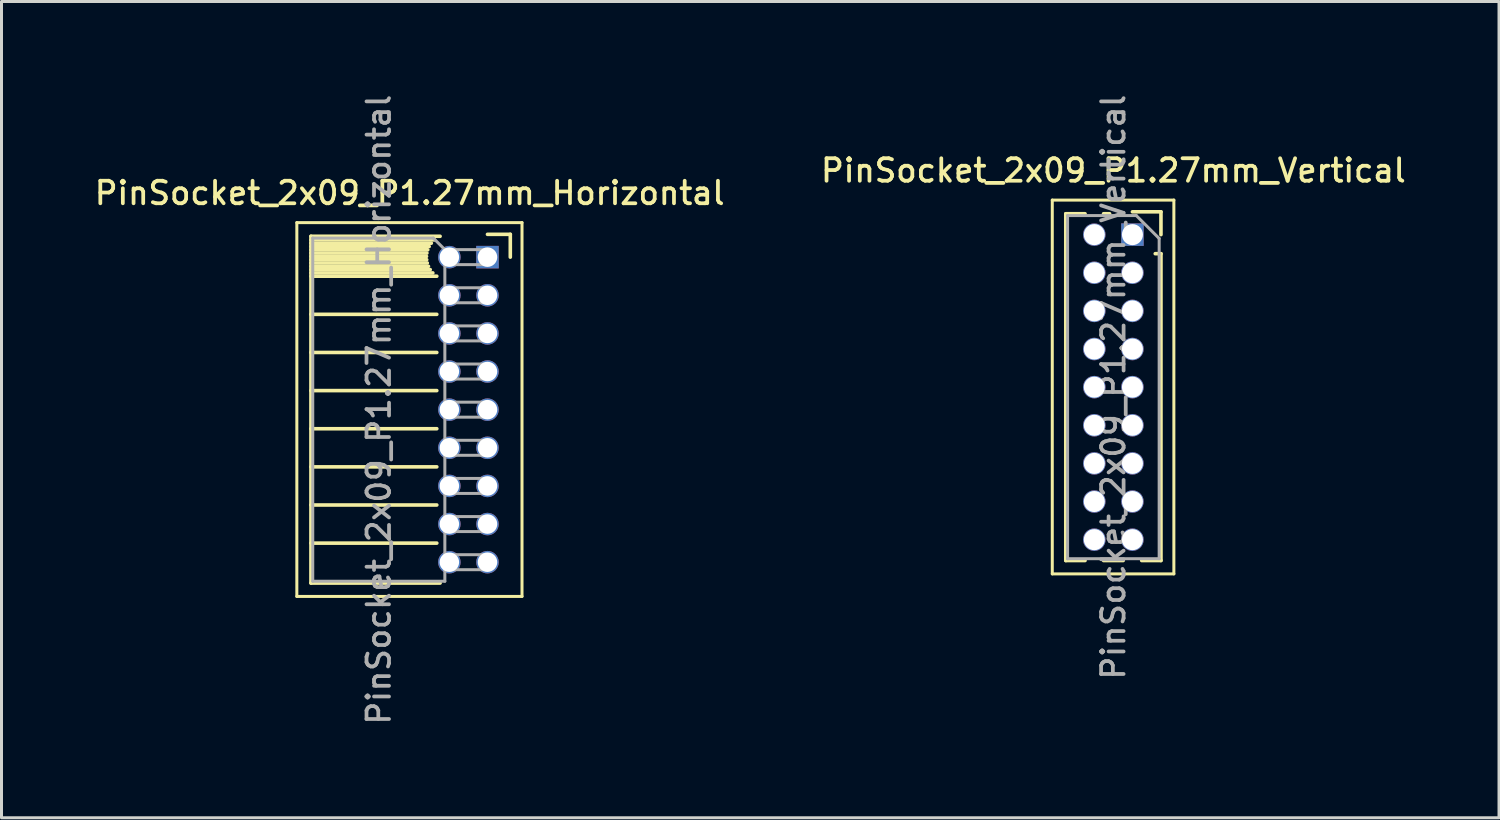
<source format=kicad_pcb>
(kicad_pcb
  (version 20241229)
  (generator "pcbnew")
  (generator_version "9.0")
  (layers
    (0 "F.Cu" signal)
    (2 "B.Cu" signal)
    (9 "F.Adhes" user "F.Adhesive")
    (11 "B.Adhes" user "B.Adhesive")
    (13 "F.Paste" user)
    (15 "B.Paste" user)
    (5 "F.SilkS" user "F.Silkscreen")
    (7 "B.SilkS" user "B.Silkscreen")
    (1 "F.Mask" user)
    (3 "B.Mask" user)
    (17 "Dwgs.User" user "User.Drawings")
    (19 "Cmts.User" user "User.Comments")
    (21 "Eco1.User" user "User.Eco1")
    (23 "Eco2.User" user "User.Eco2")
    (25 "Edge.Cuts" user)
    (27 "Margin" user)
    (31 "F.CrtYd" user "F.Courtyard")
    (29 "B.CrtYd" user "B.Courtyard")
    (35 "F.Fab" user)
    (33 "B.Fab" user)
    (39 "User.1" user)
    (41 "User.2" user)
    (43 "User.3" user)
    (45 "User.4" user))
  (footprint "PinSocket_2x09_P1.27mm_Horizontal"
    (layer "F.Cu")
    (at 13.187 5.515)
    (property "Reference" "PinSocket_2x09_P1.27mm_Horizontal" (at -2.592 -2.135 0) (layer "F.SilkS") (effects (font (size 0.75 0.75) (thickness 0.125))))
    (attr through_hole)
    (fp_line (start -6.35 -1.15) (end -6.35 11.3) (stroke (width 0.1) (type solid)) (layer "F.SilkS"))
    (fp_line (start -6.35 11.3) (end 1.15 11.3) (stroke (width 0.1) (type solid)) (layer "F.SilkS"))
    (fp_line (start -5.88 -0.695) (end -5.88 10.855) (stroke (width 0.12) (type solid)) (layer "F.SilkS"))
    (fp_line (start -5.88 -0.695) (end -1.578 -0.695) (stroke (width 0.12) (type solid)) (layer "F.SilkS"))
    (fp_line (start -5.88 -0.575) (end -1.767 -0.575) (stroke (width 0.12) (type solid)) (layer "F.SilkS"))
    (fp_line (start -5.88 -0.465) (end -1.871 -0.465) (stroke (width 0.12) (type solid)) (layer "F.SilkS"))
    (fp_line (start -5.88 -0.355) (end -1.942 -0.355) (stroke (width 0.12) (type solid)) (layer "F.SilkS"))
    (fp_line (start -5.88 -0.245) (end -1.989 -0.245) (stroke (width 0.12) (type solid)) (layer "F.SilkS"))
    (fp_line (start -5.88 -0.135) (end -2.018 -0.135) (stroke (width 0.12) (type solid)) (layer "F.SilkS"))
    (fp_line (start -5.88 -0.025) (end -2.03 -0.025) (stroke (width 0.12) (type solid)) (layer "F.SilkS"))
    (fp_line (start -5.88 0.085) (end -2.025 0.085) (stroke (width 0.12) (type solid)) (layer "F.SilkS"))
    (fp_line (start -5.88 0.195) (end -2.005 0.195) (stroke (width 0.12) (type solid)) (layer "F.SilkS"))
    (fp_line (start -5.88 0.305) (end -1.966 0.305) (stroke (width 0.12) (type solid)) (layer "F.SilkS"))
    (fp_line (start -5.88 0.415) (end -1.907 0.415) (stroke (width 0.12) (type solid)) (layer "F.SilkS"))
    (fp_line (start -5.88 0.525) (end -1.82 0.525) (stroke (width 0.12) (type solid)) (layer "F.SilkS"))
    (fp_line (start -5.88 0.635) (end -1.688 0.635) (stroke (width 0.12) (type solid)) (layer "F.SilkS"))
    (fp_line (start -5.88 1.905) (end -1.688 1.905) (stroke (width 0.12) (type solid)) (layer "F.SilkS"))
    (fp_line (start -5.88 3.175) (end -1.688 3.175) (stroke (width 0.12) (type solid)) (layer "F.SilkS"))
    (fp_line (start -5.88 4.445) (end -1.688 4.445) (stroke (width 0.12) (type solid)) (layer "F.SilkS"))
    (fp_line (start -5.88 5.715) (end -1.688 5.715) (stroke (width 0.12) (type solid)) (layer "F.SilkS"))
    (fp_line (start -5.88 6.985) (end -1.688 6.985) (stroke (width 0.12) (type solid)) (layer "F.SilkS"))
    (fp_line (start -5.88 8.255) (end -1.688 8.255) (stroke (width 0.12) (type solid)) (layer "F.SilkS"))
    (fp_line (start -5.88 9.525) (end -1.688 9.525) (stroke (width 0.12) (type solid)) (layer "F.SilkS"))
    (fp_line (start -5.88 10.855) (end -1.578 10.855) (stroke (width 0.12) (type solid)) (layer "F.SilkS"))
    (fp_line (start 0 -0.76) (end 0.76 -0.76) (stroke (width 0.12) (type solid)) (layer "F.SilkS"))
    (fp_line (start 0.76 -0.76) (end 0.76 0) (stroke (width 0.12) (type solid)) (layer "F.SilkS"))
    (fp_line (start 1.15 -1.15) (end -6.35 -1.15) (stroke (width 0.1) (type solid)) (layer "F.SilkS"))
    (fp_line (start 1.15 11.3) (end 1.15 -1.15) (stroke (width 0.1) (type solid)) (layer "F.SilkS"))
    (fp_line (start -5.82 -0.635) (end -1.805 -0.635) (stroke (width 0.1) (type solid)) (layer "F.Fab"))
    (fp_line (start -5.82 10.795) (end -5.82 -0.635) (stroke (width 0.1) (type solid)) (layer "F.Fab"))
    (fp_line (start -1.805 -0.635) (end -1.42 -0.25) (stroke (width 0.1) (type solid)) (layer "F.Fab"))
    (fp_line (start -1.42 -0.25) (end -1.42 10.795) (stroke (width 0.1) (type solid)) (layer "F.Fab"))
    (fp_line (start -1.42 0.25) (end 0 0.25) (stroke (width 0.1) (type solid)) (layer "F.Fab"))
    (fp_line (start -1.42 1.52) (end 0 1.52) (stroke (width 0.1) (type solid)) (layer "F.Fab"))
    (fp_line (start -1.42 2.79) (end 0 2.79) (stroke (width 0.1) (type solid)) (layer "F.Fab"))
    (fp_line (start -1.42 4.06) (end 0 4.06) (stroke (width 0.1) (type solid)) (layer "F.Fab"))
    (fp_line (start -1.42 5.33) (end 0 5.33) (stroke (width 0.1) (type solid)) (layer "F.Fab"))
    (fp_line (start -1.42 6.6) (end 0 6.6) (stroke (width 0.1) (type solid)) (layer "F.Fab"))
    (fp_line (start -1.42 7.87) (end 0 7.87) (stroke (width 0.1) (type solid)) (layer "F.Fab"))
    (fp_line (start -1.42 9.14) (end 0 9.14) (stroke (width 0.1) (type solid)) (layer "F.Fab"))
    (fp_line (start -1.42 10.41) (end 0 10.41) (stroke (width 0.1) (type solid)) (layer "F.Fab"))
    (fp_line (start -1.42 10.795) (end -5.82 10.795) (stroke (width 0.1) (type solid)) (layer "F.Fab"))
    (fp_line (start 0 -0.25) (end -1.42 -0.25) (stroke (width 0.1) (type solid)) (layer "F.Fab"))
    (fp_line (start 0 0.25) (end 0 -0.25) (stroke (width 0.1) (type solid)) (layer "F.Fab"))
    (fp_line (start 0 1.02) (end -1.42 1.02) (stroke (width 0.1) (type solid)) (layer "F.Fab"))
    (fp_line (start 0 1.52) (end 0 1.02) (stroke (width 0.1) (type solid)) (layer "F.Fab"))
    (fp_line (start 0 2.29) (end -1.42 2.29) (stroke (width 0.1) (type solid)) (layer "F.Fab"))
    (fp_line (start 0 2.79) (end 0 2.29) (stroke (width 0.1) (type solid)) (layer "F.Fab"))
    (fp_line (start 0 3.56) (end -1.42 3.56) (stroke (width 0.1) (type solid)) (layer "F.Fab"))
    (fp_line (start 0 4.06) (end 0 3.56) (stroke (width 0.1) (type solid)) (layer "F.Fab"))
    (fp_line (start 0 4.83) (end -1.42 4.83) (stroke (width 0.1) (type solid)) (layer "F.Fab"))
    (fp_line (start 0 5.33) (end 0 4.83) (stroke (width 0.1) (type solid)) (layer "F.Fab"))
    (fp_line (start 0 6.1) (end -1.42 6.1) (stroke (width 0.1) (type solid)) (layer "F.Fab"))
    (fp_line (start 0 6.6) (end 0 6.1) (stroke (width 0.1) (type solid)) (layer "F.Fab"))
    (fp_line (start 0 7.37) (end -1.42 7.37) (stroke (width 0.1) (type solid)) (layer "F.Fab"))
    (fp_line (start 0 7.87) (end 0 7.37) (stroke (width 0.1) (type solid)) (layer "F.Fab"))
    (fp_line (start 0 8.64) (end -1.42 8.64) (stroke (width 0.1) (type solid)) (layer "F.Fab"))
    (fp_line (start 0 9.14) (end 0 8.64) (stroke (width 0.1) (type solid)) (layer "F.Fab"))
    (fp_line (start 0 9.91) (end -1.42 9.91) (stroke (width 0.1) (type solid)) (layer "F.Fab"))
    (fp_line (start 0 10.41) (end 0 9.91) (stroke (width 0.1) (type solid)) (layer "F.Fab"))
    (fp_text user "${REFERENCE}" (at -3.62 5.08 90) (layer "F.Fab") (effects (font (size 0.75 0.75) (thickness 0.125))))
    (pad "1" thru_hole rect (at 0 0) (size 0.75 0.75) (drill 0.65) (layers "*.Cu" "*.Mask"))
    (pad "2" thru_hole oval (at -1.27 0) (size 0.75 0.75) (drill 0.65) (layers "*.Cu" "*.Mask"))
    (pad "3" thru_hole oval (at 0 1.27) (size 0.75 0.75) (drill 0.65) (layers "*.Cu" "*.Mask"))
    (pad "4" thru_hole oval (at -1.27 1.27) (size 0.75 0.75) (drill 0.65) (layers "*.Cu" "*.Mask"))
    (pad "5" thru_hole oval (at 0 2.54) (size 0.75 0.75) (drill 0.65) (layers "*.Cu" "*.Mask"))
    (pad "6" thru_hole oval (at -1.27 2.54) (size 0.75 0.75) (drill 0.65) (layers "*.Cu" "*.Mask"))
    (pad "7" thru_hole oval (at 0 3.81) (size 0.75 0.75) (drill 0.65) (layers "*.Cu" "*.Mask"))
    (pad "8" thru_hole oval (at -1.27 3.81) (size 0.75 0.75) (drill 0.65) (layers "*.Cu" "*.Mask"))
    (pad "9" thru_hole oval (at 0 5.08) (size 0.75 0.75) (drill 0.65) (layers "*.Cu" "*.Mask"))
    (pad "10" thru_hole oval (at -1.27 5.08) (size 0.75 0.75) (drill 0.65) (layers "*.Cu" "*.Mask"))
    (pad "11" thru_hole oval (at 0 6.35) (size 0.75 0.75) (drill 0.65) (layers "*.Cu" "*.Mask"))
    (pad "12" thru_hole oval (at -1.27 6.35) (size 0.75 0.75) (drill 0.65) (layers "*.Cu" "*.Mask"))
    (pad "13" thru_hole oval (at 0 7.62) (size 0.75 0.75) (drill 0.65) (layers "*.Cu" "*.Mask"))
    (pad "14" thru_hole oval (at -1.27 7.62) (size 0.75 0.75) (drill 0.65) (layers "*.Cu" "*.Mask"))
    (pad "15" thru_hole oval (at 0 8.89) (size 0.75 0.75) (drill 0.65) (layers "*.Cu" "*.Mask"))
    (pad "16" thru_hole oval (at -1.27 8.89) (size 0.75 0.75) (drill 0.65) (layers "*.Cu" "*.Mask"))
    (pad "17" thru_hole oval (at 0 10.16) (size 0.75 0.75) (drill 0.65) (layers "*.Cu" "*.Mask"))
    (pad "18" thru_hole oval (at -1.27 10.16) (size 0.75 0.75) (drill 0.65) (layers "*.Cu" "*.Mask")))
  (footprint "PinSocket_2x09_P1.27mm_Vertical"
    (layer "F.Cu")
    (at 34.669 4.765)
    (property "Reference" "PinSocket_2x09_P1.27mm_Vertical" (at -0.635 -2.135 0) (layer "F.SilkS") (effects (font (size 0.75 0.75) (thickness 0.125))))
    (attr through_hole)
    (fp_line (start -2.67 -1.15) (end 1.38 -1.15) (stroke (width 0.1) (type solid)) (layer "F.SilkS"))
    (fp_line (start -2.67 11.3) (end -2.67 -1.15) (stroke (width 0.1) (type solid)) (layer "F.SilkS"))
    (fp_line (start -2.22 -0.695) (end -2.22 10.855) (stroke (width 0.12) (type solid)) (layer "F.SilkS"))
    (fp_line (start -2.22 -0.695) (end -1.578 -0.695) (stroke (width 0.12) (type solid)) (layer "F.SilkS"))
    (fp_line (start -2.22 10.855) (end -1.578 10.855) (stroke (width 0.12) (type solid)) (layer "F.SilkS"))
    (fp_line (start -0.962 -0.695) (end -0.76 -0.695) (stroke (width 0.12) (type solid)) (layer "F.SilkS"))
    (fp_line (start -0.962 10.855) (end -0.308 10.855) (stroke (width 0.12) (type solid)) (layer "F.SilkS"))
    (fp_line (start 0 -0.76) (end 0.95 -0.76) (stroke (width 0.12) (type solid)) (layer "F.SilkS"))
    (fp_line (start 0.308 10.855) (end 0.95 10.855) (stroke (width 0.12) (type solid)) (layer "F.SilkS"))
    (fp_line (start 0.76 0.635) (end 0.95 0.635) (stroke (width 0.12) (type solid)) (layer "F.SilkS"))
    (fp_line (start 0.95 -0.76) (end 0.95 0) (stroke (width 0.12) (type solid)) (layer "F.SilkS"))
    (fp_line (start 0.95 0.635) (end 0.95 10.855) (stroke (width 0.12) (type solid)) (layer "F.SilkS"))
    (fp_line (start 1.38 -1.15) (end 1.38 11.3) (stroke (width 0.1) (type solid)) (layer "F.SilkS"))
    (fp_line (start 1.38 11.3) (end -2.67 11.3) (stroke (width 0.1) (type solid)) (layer "F.SilkS"))
    (fp_line (start -2.16 -0.635) (end 0.128 -0.635) (stroke (width 0.1) (type solid)) (layer "F.Fab"))
    (fp_line (start -2.16 10.795) (end -2.16 -0.635) (stroke (width 0.1) (type solid)) (layer "F.Fab"))
    (fp_line (start 0.128 -0.635) (end 0.89 0.128) (stroke (width 0.1) (type solid)) (layer "F.Fab"))
    (fp_line (start 0.89 0.128) (end 0.89 10.795) (stroke (width 0.1) (type solid)) (layer "F.Fab"))
    (fp_line (start 0.89 10.795) (end -2.16 10.795) (stroke (width 0.1) (type solid)) (layer "F.Fab"))
    (fp_text user "${REFERENCE}" (at -0.635 5.08 90) (layer "F.Fab") (effects (font (size 0.75 0.75) (thickness 0.125))))
    (pad "1" thru_hole rect (at 0 0) (size 0.75 0.75) (drill 0.7) (layers "*.Cu" "*.Mask"))
    (pad "2" thru_hole oval (at -1.27 0) (size 0.75 0.75) (drill 0.7) (layers "*.Cu" "*.Mask"))
    (pad "3" thru_hole oval (at 0 1.27) (size 0.75 0.75) (drill 0.7) (layers "*.Cu" "*.Mask"))
    (pad "4" thru_hole oval (at -1.27 1.27) (size 0.75 0.75) (drill 0.7) (layers "*.Cu" "*.Mask"))
    (pad "5" thru_hole oval (at 0 2.54) (size 0.75 0.75) (drill 0.7) (layers "*.Cu" "*.Mask"))
    (pad "6" thru_hole oval (at -1.27 2.54) (size 0.75 0.75) (drill 0.7) (layers "*.Cu" "*.Mask"))
    (pad "7" thru_hole oval (at 0 3.81) (size 0.75 0.75) (drill 0.7) (layers "*.Cu" "*.Mask"))
    (pad "8" thru_hole oval (at -1.27 3.81) (size 0.75 0.75) (drill 0.7) (layers "*.Cu" "*.Mask"))
    (pad "9" thru_hole oval (at 0 5.08) (size 0.75 0.75) (drill 0.7) (layers "*.Cu" "*.Mask"))
    (pad "10" thru_hole oval (at -1.27 5.08) (size 0.75 0.75) (drill 0.7) (layers "*.Cu" "*.Mask"))
    (pad "11" thru_hole oval (at 0 6.35) (size 0.75 0.75) (drill 0.7) (layers "*.Cu" "*.Mask"))
    (pad "12" thru_hole oval (at -1.27 6.35) (size 0.75 0.75) (drill 0.7) (layers "*.Cu" "*.Mask"))
    (pad "13" thru_hole oval (at 0 7.62) (size 0.75 0.75) (drill 0.7) (layers "*.Cu" "*.Mask"))
    (pad "14" thru_hole oval (at -1.27 7.62) (size 0.75 0.75) (drill 0.7) (layers "*.Cu" "*.Mask"))
    (pad "15" thru_hole oval (at 0 8.89) (size 0.75 0.75) (drill 0.7) (layers "*.Cu" "*.Mask"))
    (pad "16" thru_hole oval (at -1.27 8.89) (size 0.75 0.75) (drill 0.7) (layers "*.Cu" "*.Mask"))
    (pad "17" thru_hole oval (at 0 10.16) (size 0.75 0.75) (drill 0.7) (layers "*.Cu" "*.Mask"))
    (pad "18" thru_hole oval (at -1.27 10.16) (size 0.75 0.75) (drill 0.7) (layers "*.Cu" "*.Mask")))
  (gr_rect
    (start -3 -3)
    (end 46.879 24.189)
    (stroke (width 0.1) (type default))
    (fill no)
    (layer "Edge.Cuts")))
</source>
